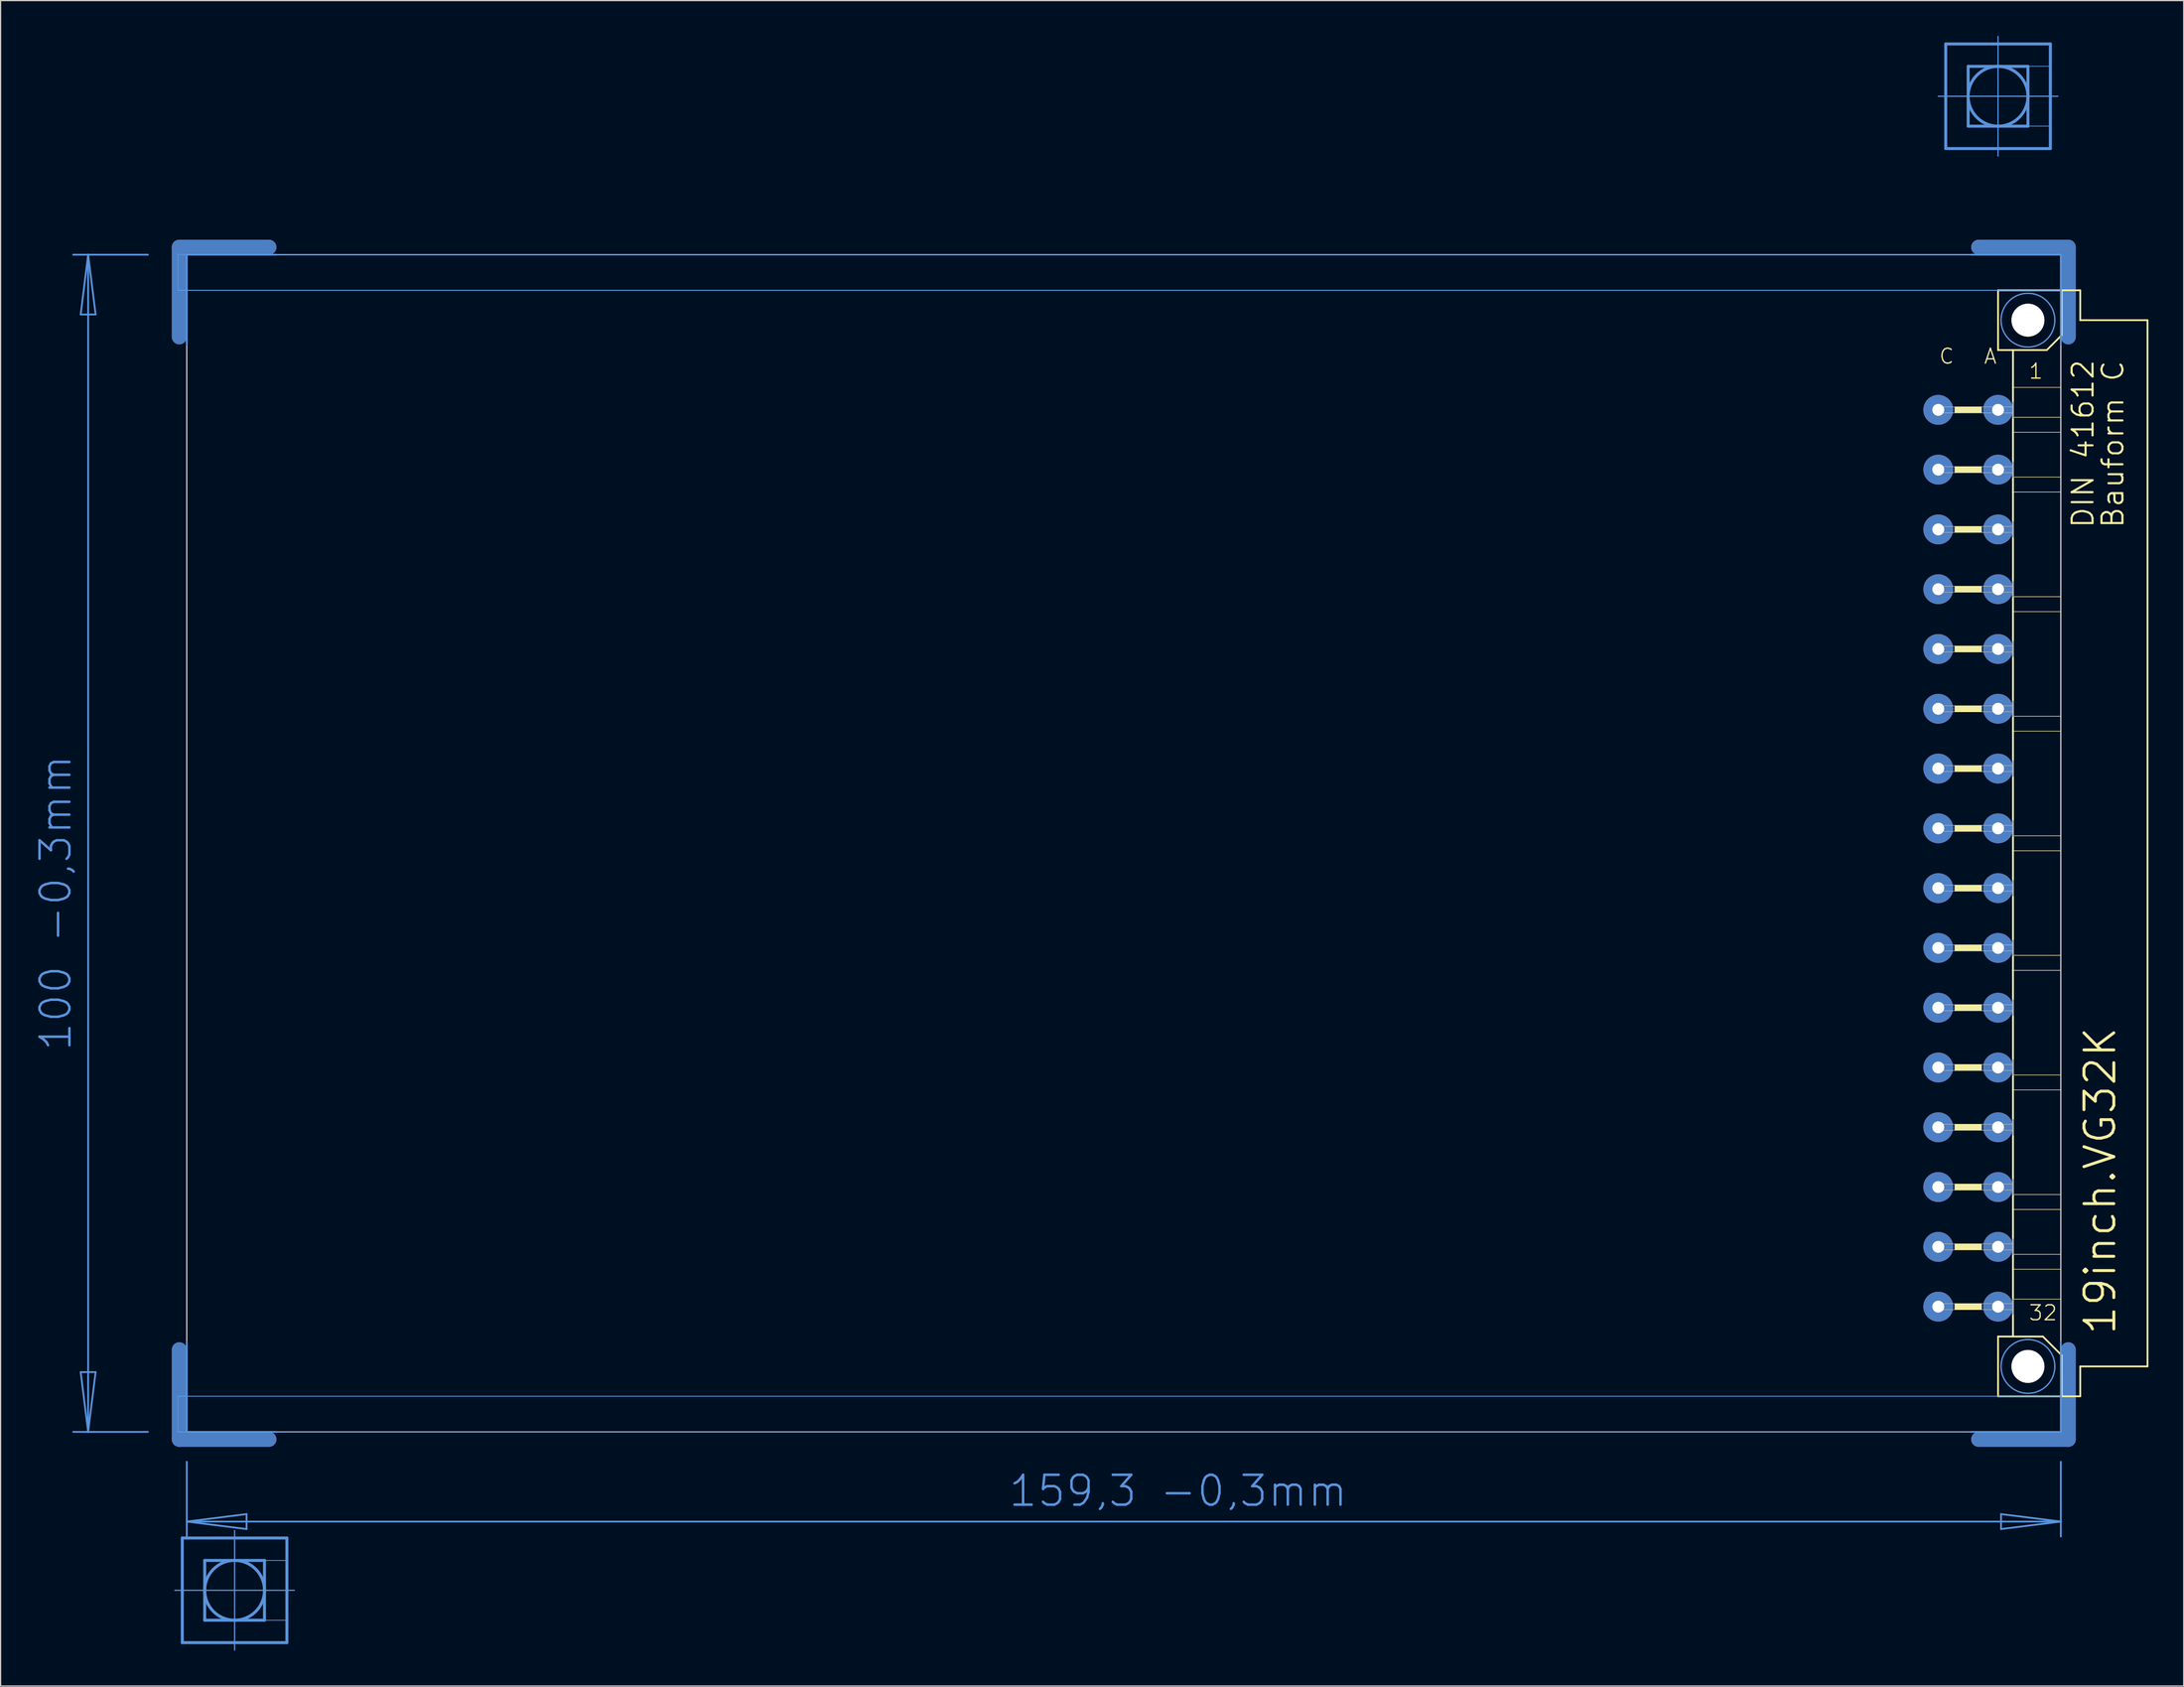
<source format=kicad_pcb>
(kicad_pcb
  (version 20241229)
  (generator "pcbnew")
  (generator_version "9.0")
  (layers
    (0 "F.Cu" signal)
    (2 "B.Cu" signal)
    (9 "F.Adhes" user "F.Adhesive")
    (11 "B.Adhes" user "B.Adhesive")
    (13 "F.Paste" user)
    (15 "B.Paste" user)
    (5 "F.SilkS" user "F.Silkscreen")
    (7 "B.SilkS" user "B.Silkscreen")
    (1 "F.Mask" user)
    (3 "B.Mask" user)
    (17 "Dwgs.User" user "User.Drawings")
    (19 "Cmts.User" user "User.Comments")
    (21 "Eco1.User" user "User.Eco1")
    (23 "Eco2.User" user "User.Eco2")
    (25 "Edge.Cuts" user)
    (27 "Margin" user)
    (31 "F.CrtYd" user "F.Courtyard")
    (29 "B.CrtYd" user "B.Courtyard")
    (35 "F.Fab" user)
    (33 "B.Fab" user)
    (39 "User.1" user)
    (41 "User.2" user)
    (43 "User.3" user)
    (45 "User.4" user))
  (footprint "19inch.VG32K"
    (layer "F.Cu")
    (at 11.806 68.605)
    (property "Reference" "19inch.VG32K" (at 165.1 41.91 90) (layer "F.SilkS") (effects (font (size 2.54 2.54) (thickness 0.25)) (justify left bottom)))
    (attr through_hole)
    (fp_line (start 0.381 -43.028) (end 0.381 -50.648) (stroke (width 1.27) (type default)) (layer "F.Cu"))
    (fp_line (start 0.381 43.028) (end 0.381 50.648) (stroke (width 1.27) (type default)) (layer "F.Cu"))
    (fp_line (start 8.001 -50.648) (end 0.381 -50.648) (stroke (width 1.27) (type default)) (layer "F.Cu"))
    (fp_line (start 8.001 50.648) (end 0.381 50.648) (stroke (width 1.27) (type default)) (layer "F.Cu"))
    (fp_line (start 153.289 -50.648) (end 160.909 -50.648) (stroke (width 1.27) (type default)) (layer "F.Cu"))
    (fp_line (start 153.289 50.648) (end 160.909 50.648) (stroke (width 1.27) (type default)) (layer "F.Cu"))
    (fp_line (start 160.909 -43.028) (end 160.909 -50.648) (stroke (width 1.27) (type default)) (layer "F.Cu"))
    (fp_line (start 160.909 43.028) (end 160.909 50.648) (stroke (width 1.27) (type default)) (layer "F.Cu"))
    (fp_line (start 1.016 -42.393) (end 1.016 -50.013) (stroke (width 0.152) (type default)) (layer "F.Mask"))
    (fp_line (start 1.016 42.393) (end 1.016 50.013) (stroke (width 0.152) (type default)) (layer "F.Mask"))
    (fp_line (start 8.636 -50.013) (end 1.016 -50.013) (stroke (width 0.152) (type default)) (layer "F.Mask"))
    (fp_line (start 8.636 50.013) (end 1.016 50.013) (stroke (width 0.152) (type default)) (layer "F.Mask"))
    (fp_line (start 152.654 -50.013) (end 160.274 -50.013) (stroke (width 0.152) (type default)) (layer "F.Mask"))
    (fp_line (start 152.654 50.013) (end 160.274 50.013) (stroke (width 0.152) (type default)) (layer "F.Mask"))
    (fp_line (start 160.274 -42.393) (end 160.274 -50.013) (stroke (width 0.152) (type default)) (layer "F.Mask"))
    (fp_line (start 160.274 42.393) (end 160.274 50.013) (stroke (width 0.152) (type default)) (layer "F.Mask"))
    (fp_line (start 0.381 -43.028) (end 0.381 -50.648) (stroke (width 1.27) (type default)) (layer "B.Cu"))
    (fp_line (start 0.381 43.028) (end 0.381 50.648) (stroke (width 1.27) (type default)) (layer "B.Cu"))
    (fp_line (start 8.001 -50.648) (end 0.381 -50.648) (stroke (width 1.27) (type default)) (layer "B.Cu"))
    (fp_line (start 8.001 50.648) (end 0.381 50.648) (stroke (width 1.27) (type default)) (layer "B.Cu"))
    (fp_line (start 153.289 -50.648) (end 160.909 -50.648) (stroke (width 1.27) (type default)) (layer "B.Cu"))
    (fp_line (start 153.289 50.648) (end 160.909 50.648) (stroke (width 1.27) (type default)) (layer "B.Cu"))
    (fp_line (start 160.909 -43.028) (end 160.909 -50.648) (stroke (width 1.27) (type default)) (layer "B.Cu"))
    (fp_line (start 160.909 43.028) (end 160.909 50.648) (stroke (width 1.27) (type default)) (layer "B.Cu"))
    (fp_line (start 1.016 -50.013) (end 8.636 -50.013) (stroke (width 0.152) (type default)) (layer "B.Mask"))
    (fp_line (start 1.016 -42.393) (end 1.016 -50.013) (stroke (width 0.152) (type default)) (layer "B.Mask"))
    (fp_line (start 1.016 50.013) (end 1.016 42.393) (stroke (width 0.152) (type default)) (layer "B.Mask"))
    (fp_line (start 8.636 50.013) (end 1.016 50.013) (stroke (width 0.152) (type default)) (layer "B.Mask"))
    (fp_line (start 152.654 -50.013) (end 160.274 -50.013) (stroke (width 0.152) (type default)) (layer "B.Mask"))
    (fp_line (start 160.274 -50.013) (end 160.274 -42.393) (stroke (width 0.152) (type default)) (layer "B.Mask"))
    (fp_line (start 160.274 42.393) (end 160.274 50.013) (stroke (width 0.152) (type default)) (layer "B.Mask"))
    (fp_line (start 160.274 50.013) (end 152.654 50.013) (stroke (width 0.152) (type default)) (layer "B.Mask"))
    (fp_line (start 154.94 -46.99) (end 154.94 -41.91) (stroke (width 0.152) (type default)) (layer "F.SilkS"))
    (fp_line (start 154.94 -41.91) (end 156.21 -41.91) (stroke (width 0.152) (type default)) (layer "F.SilkS"))
    (fp_line (start 154.94 41.91) (end 154.94 46.99) (stroke (width 0.152) (type default)) (layer "F.SilkS"))
    (fp_line (start 154.94 41.91) (end 156.21 41.91) (stroke (width 0.152) (type default)) (layer "F.SilkS"))
    (fp_line (start 154.94 46.99) (end 160.35 46.99) (stroke (width 0.152) (type default)) (layer "F.SilkS"))
    (fp_line (start 156.21 -41.91) (end 156.21 -38.735) (stroke (width 0.152) (type default)) (layer "F.SilkS"))
    (fp_line (start 156.21 -41.91) (end 159.08 -41.91) (stroke (width 0.152) (type default)) (layer "F.SilkS"))
    (fp_line (start 156.21 -38.735) (end 156.21 -37.465) (stroke (width 0.152) (type default)) (layer "F.SilkS"))
    (fp_line (start 156.21 -36.195) (end 156.21 -34.925) (stroke (width 0.152) (type default)) (layer "F.SilkS"))
    (fp_line (start 156.21 -32.385) (end 156.21 -34.925) (stroke (width 0.152) (type default)) (layer "F.SilkS"))
    (fp_line (start 156.21 -31.115) (end 156.21 -29.845) (stroke (width 0.152) (type default)) (layer "F.SilkS"))
    (fp_line (start 156.21 -27.305) (end 156.21 -29.845) (stroke (width 0.152) (type default)) (layer "F.SilkS"))
    (fp_line (start 156.21 -22.225) (end 156.21 -26.035) (stroke (width 0.152) (type default)) (layer "F.SilkS"))
    (fp_line (start 156.21 -20.955) (end 156.21 -19.685) (stroke (width 0.152) (type default)) (layer "F.SilkS"))
    (fp_line (start 156.21 -17.145) (end 156.21 -19.685) (stroke (width 0.152) (type default)) (layer "F.SilkS"))
    (fp_line (start 156.21 -12.065) (end 156.21 -15.875) (stroke (width 0.152) (type default)) (layer "F.SilkS"))
    (fp_line (start 156.21 -10.795) (end 156.21 -9.525) (stroke (width 0.152) (type default)) (layer "F.SilkS"))
    (fp_line (start 156.21 -6.985) (end 156.21 -9.525) (stroke (width 0.152) (type default)) (layer "F.SilkS"))
    (fp_line (start 156.21 -1.905) (end 156.21 -5.715) (stroke (width 0.152) (type default)) (layer "F.SilkS"))
    (fp_line (start 156.21 -0.635) (end 156.21 0.635) (stroke (width 0.152) (type default)) (layer "F.SilkS"))
    (fp_line (start 156.21 3.175) (end 156.21 0.635) (stroke (width 0.152) (type default)) (layer "F.SilkS"))
    (fp_line (start 156.21 8.255) (end 156.21 4.445) (stroke (width 0.152) (type default)) (layer "F.SilkS"))
    (fp_line (start 156.21 9.525) (end 156.21 10.795) (stroke (width 0.152) (type default)) (layer "F.SilkS"))
    (fp_line (start 156.21 13.335) (end 156.21 10.795) (stroke (width 0.152) (type default)) (layer "F.SilkS"))
    (fp_line (start 156.21 18.415) (end 156.21 14.605) (stroke (width 0.152) (type default)) (layer "F.SilkS"))
    (fp_line (start 156.21 19.685) (end 156.21 20.955) (stroke (width 0.152) (type default)) (layer "F.SilkS"))
    (fp_line (start 156.21 23.495) (end 156.21 20.955) (stroke (width 0.152) (type default)) (layer "F.SilkS"))
    (fp_line (start 156.21 28.575) (end 156.21 24.765) (stroke (width 0.152) (type default)) (layer "F.SilkS"))
    (fp_line (start 156.21 29.845) (end 156.21 31.115) (stroke (width 0.152) (type default)) (layer "F.SilkS"))
    (fp_line (start 156.21 33.655) (end 156.21 31.115) (stroke (width 0.152) (type default)) (layer "F.SilkS"))
    (fp_line (start 156.21 34.925) (end 156.21 36.195) (stroke (width 0.152) (type default)) (layer "F.SilkS"))
    (fp_line (start 156.21 36.195) (end 156.21 38.735) (stroke (width 0.152) (type default)) (layer "F.SilkS"))
    (fp_line (start 156.21 40.005) (end 156.21 41.91) (stroke (width 0.152) (type default)) (layer "F.SilkS"))
    (fp_line (start 156.21 41.91) (end 158.75 41.91) (stroke (width 0.152) (type default)) (layer "F.SilkS"))
    (fp_line (start 159.08 -41.91) (end 160.35 -43.18) (stroke (width 0.152) (type default)) (layer "F.SilkS"))
    (fp_line (start 160.274 -38.735) (end 156.21 -38.735) (stroke (width 0.051) (type default)) (layer "F.SilkS"))
    (fp_line (start 160.274 -38.735) (end 160.274 -36.195) (stroke (width 0.051) (type default)) (layer "F.SilkS"))
    (fp_line (start 160.274 -36.195) (end 156.21 -36.195) (stroke (width 0.051) (type default)) (layer "F.SilkS"))
    (fp_line (start 160.274 -34.925) (end 156.21 -34.925) (stroke (width 0.051) (type default)) (layer "F.SilkS"))
    (fp_line (start 160.274 -34.925) (end 160.274 -31.115) (stroke (width 0.051) (type default)) (layer "F.SilkS"))
    (fp_line (start 160.274 -31.115) (end 156.21 -31.115) (stroke (width 0.051) (type default)) (layer "F.SilkS"))
    (fp_line (start 160.274 -29.845) (end 156.21 -29.845) (stroke (width 0.051) (type default)) (layer "F.SilkS"))
    (fp_line (start 160.274 -29.845) (end 160.274 -20.955) (stroke (width 0.051) (type default)) (layer "F.SilkS"))
    (fp_line (start 160.274 -20.955) (end 156.21 -20.955) (stroke (width 0.051) (type default)) (layer "F.SilkS"))
    (fp_line (start 160.274 -19.685) (end 156.21 -19.685) (stroke (width 0.051) (type default)) (layer "F.SilkS"))
    (fp_line (start 160.274 -19.685) (end 160.274 -10.795) (stroke (width 0.051) (type default)) (layer "F.SilkS"))
    (fp_line (start 160.274 -10.795) (end 156.21 -10.795) (stroke (width 0.051) (type default)) (layer "F.SilkS"))
    (fp_line (start 160.274 -9.525) (end 156.21 -9.525) (stroke (width 0.051) (type default)) (layer "F.SilkS"))
    (fp_line (start 160.274 -9.525) (end 160.274 -0.635) (stroke (width 0.051) (type default)) (layer "F.SilkS"))
    (fp_line (start 160.274 -0.635) (end 156.21 -0.635) (stroke (width 0.051) (type default)) (layer "F.SilkS"))
    (fp_line (start 160.274 0.635) (end 156.21 0.635) (stroke (width 0.051) (type default)) (layer "F.SilkS"))
    (fp_line (start 160.274 0.635) (end 160.274 9.525) (stroke (width 0.051) (type default)) (layer "F.SilkS"))
    (fp_line (start 160.274 9.525) (end 156.21 9.525) (stroke (width 0.051) (type default)) (layer "F.SilkS"))
    (fp_line (start 160.274 10.795) (end 156.21 10.795) (stroke (width 0.051) (type default)) (layer "F.SilkS"))
    (fp_line (start 160.274 10.795) (end 160.274 19.685) (stroke (width 0.051) (type default)) (layer "F.SilkS"))
    (fp_line (start 160.274 19.685) (end 156.21 19.685) (stroke (width 0.051) (type default)) (layer "F.SilkS"))
    (fp_line (start 160.274 20.955) (end 156.21 20.955) (stroke (width 0.051) (type default)) (layer "F.SilkS"))
    (fp_line (start 160.274 20.955) (end 160.274 29.845) (stroke (width 0.051) (type default)) (layer "F.SilkS"))
    (fp_line (start 160.274 29.845) (end 156.21 29.845) (stroke (width 0.051) (type default)) (layer "F.SilkS"))
    (fp_line (start 160.274 31.115) (end 156.21 31.115) (stroke (width 0.051) (type default)) (layer "F.SilkS"))
    (fp_line (start 160.274 31.115) (end 160.274 34.925) (stroke (width 0.051) (type default)) (layer "F.SilkS"))
    (fp_line (start 160.274 34.925) (end 156.21 34.925) (stroke (width 0.051) (type default)) (layer "F.SilkS"))
    (fp_line (start 160.274 36.195) (end 156.21 36.195) (stroke (width 0.051) (type default)) (layer "F.SilkS"))
    (fp_line (start 160.274 36.195) (end 160.274 38.735) (stroke (width 0.051) (type default)) (layer "F.SilkS"))
    (fp_line (start 160.274 38.735) (end 156.21 38.735) (stroke (width 0.051) (type default)) (layer "F.SilkS"))
    (fp_line (start 160.35 -46.99) (end 154.94 -46.99) (stroke (width 0.152) (type default)) (layer "F.SilkS"))
    (fp_line (start 160.35 -43.18) (end 160.35 -46.99) (stroke (width 0.152) (type default)) (layer "F.SilkS"))
    (fp_line (start 160.35 43.51) (end 158.75 41.91) (stroke (width 0.152) (type default)) (layer "F.SilkS"))
    (fp_line (start 160.35 43.51) (end 160.35 46.99) (stroke (width 0.152) (type default)) (layer "F.SilkS"))
    (fp_line (start 160.35 46.99) (end 161.925 46.99) (stroke (width 0.152) (type default)) (layer "F.SilkS"))
    (fp_line (start 161.925 -46.99) (end 160.35 -46.99) (stroke (width 0.152) (type default)) (layer "F.SilkS"))
    (fp_line (start 161.925 -44.45) (end 161.925 -46.99) (stroke (width 0.152) (type default)) (layer "F.SilkS"))
    (fp_line (start 161.925 44.45) (end 167.64 44.45) (stroke (width 0.152) (type default)) (layer "F.SilkS"))
    (fp_line (start 161.925 46.99) (end 161.925 44.45) (stroke (width 0.152) (type default)) (layer "F.SilkS"))
    (fp_line (start 167.64 -44.45) (end 161.925 -44.45) (stroke (width 0.152) (type default)) (layer "F.SilkS"))
    (fp_line (start 167.64 44.45) (end 167.64 -44.45) (stroke (width 0.152) (type default)) (layer "F.SilkS"))
    (fp_rect (start 151.257 -36.576) (end 153.543 -37.084) (stroke (width 0.05) (type default)) (fill yes) (layer "F.SilkS"))
    (fp_rect (start 151.257 -31.496) (end 153.543 -32.004) (stroke (width 0.05) (type default)) (fill yes) (layer "F.SilkS"))
    (fp_rect (start 151.257 -26.416) (end 153.543 -26.924) (stroke (width 0.05) (type default)) (fill yes) (layer "F.SilkS"))
    (fp_rect (start 151.257 -21.336) (end 153.543 -21.844) (stroke (width 0.05) (type default)) (fill yes) (layer "F.SilkS"))
    (fp_rect (start 151.257 -16.256) (end 153.543 -16.764) (stroke (width 0.05) (type default)) (fill yes) (layer "F.SilkS"))
    (fp_rect (start 151.257 -11.176) (end 153.543 -11.684) (stroke (width 0.05) (type default)) (fill yes) (layer "F.SilkS"))
    (fp_rect (start 151.257 -6.096) (end 153.543 -6.604) (stroke (width 0.05) (type default)) (fill yes) (layer "F.SilkS"))
    (fp_rect (start 151.257 -1.016) (end 153.543 -1.524) (stroke (width 0.05) (type default)) (fill yes) (layer "F.SilkS"))
    (fp_rect (start 151.257 4.064) (end 153.543 3.556) (stroke (width 0.05) (type default)) (fill yes) (layer "F.SilkS"))
    (fp_rect (start 151.257 9.144) (end 153.543 8.636) (stroke (width 0.05) (type default)) (fill yes) (layer "F.SilkS"))
    (fp_rect (start 151.257 14.224) (end 153.543 13.716) (stroke (width 0.05) (type default)) (fill yes) (layer "F.SilkS"))
    (fp_rect (start 151.257 19.304) (end 153.543 18.796) (stroke (width 0.05) (type default)) (fill yes) (layer "F.SilkS"))
    (fp_rect (start 151.257 24.384) (end 153.543 23.876) (stroke (width 0.05) (type default)) (fill yes) (layer "F.SilkS"))
    (fp_rect (start 151.257 29.464) (end 153.543 28.956) (stroke (width 0.05) (type default)) (fill yes) (layer "F.SilkS"))
    (fp_rect (start 151.257 34.544) (end 153.543 34.036) (stroke (width 0.05) (type default)) (fill yes) (layer "F.SilkS"))
    (fp_rect (start 151.257 39.624) (end 153.543 39.116) (stroke (width 0.05) (type default)) (fill yes) (layer "F.SilkS"))
    (fp_circle (center 157.48 -44.45) (end 158.75 -44.45) (stroke (width 0.152) (type default)) (fill no) (layer "F.SilkS"))
    (fp_circle (center 157.48 44.45) (end 158.75 44.45) (stroke (width 0.152) (type default)) (fill no) (layer "F.SilkS"))
    (fp_line (start -8.636 -50.013) (end -7.366 -50.013) (stroke (width 0.152) (type default)) (layer "Cmts.User"))
    (fp_line (start -8.636 50.013) (end -7.366 50.013) (stroke (width 0.152) (type default)) (layer "Cmts.User"))
    (fp_line (start -8.001 -44.933) (end -7.366 -50.013) (stroke (width 0.152) (type default)) (layer "Cmts.User"))
    (fp_line (start -8.001 44.933) (end -6.731 44.933) (stroke (width 0.152) (type default)) (layer "Cmts.User"))
    (fp_line (start -7.366 -50.013) (end -6.731 -44.933) (stroke (width 0.152) (type default)) (layer "Cmts.User"))
    (fp_line (start -7.366 -50.013) (end -2.286 -50.013) (stroke (width 0.152) (type default)) (layer "Cmts.User"))
    (fp_line (start -7.366 50.013) (end -8.001 44.933) (stroke (width 0.152) (type default)) (layer "Cmts.User"))
    (fp_line (start -7.366 50.013) (end -7.366 -50.013) (stroke (width 0.152) (type default)) (layer "Cmts.User"))
    (fp_line (start -7.366 50.013) (end -2.286 50.013) (stroke (width 0.152) (type default)) (layer "Cmts.User"))
    (fp_line (start -6.731 -44.933) (end -8.001 -44.933) (stroke (width 0.152) (type default)) (layer "Cmts.User"))
    (fp_line (start -6.731 44.933) (end -7.366 50.013) (stroke (width 0.152) (type default)) (layer "Cmts.User"))
    (fp_line (start 0 63.475) (end 0.635 63.475) (stroke (width 0.102) (type default)) (layer "Cmts.User"))
    (fp_line (start 0.635 59.03) (end 9.525 59.03) (stroke (width 0.254) (type default)) (layer "Cmts.User"))
    (fp_line (start 0.635 63.475) (end 0.635 59.03) (stroke (width 0.254) (type default)) (layer "Cmts.User"))
    (fp_line (start 0.635 63.475) (end 10.16 63.475) (stroke (width 0.102) (type default)) (layer "Cmts.User"))
    (fp_line (start 0.635 67.92) (end 0.635 63.475) (stroke (width 0.254) (type default)) (layer "Cmts.User"))
    (fp_line (start 1.016 -50.013) (end 8.636 -50.013) (stroke (width 0.152) (type default)) (layer "Cmts.User"))
    (fp_line (start 1.016 -42.393) (end 1.016 -50.013) (stroke (width 0.152) (type default)) (layer "Cmts.User"))
    (fp_line (start 1.016 50.013) (end 1.016 42.393) (stroke (width 0.152) (type default)) (layer "Cmts.User"))
    (fp_line (start 1.016 57.633) (end 1.016 52.553) (stroke (width 0.152) (type default)) (layer "Cmts.User"))
    (fp_line (start 1.016 57.633) (end 6.096 56.998) (stroke (width 0.152) (type default)) (layer "Cmts.User"))
    (fp_line (start 1.016 57.633) (end 160.274 57.633) (stroke (width 0.152) (type default)) (layer "Cmts.User"))
    (fp_line (start 1.016 58.903) (end 1.016 57.633) (stroke (width 0.152) (type default)) (layer "Cmts.User"))
    (fp_line (start 2.54 60.935) (end 2.54 66.015) (stroke (width 0.254) (type default)) (layer "Cmts.User"))
    (fp_line (start 2.54 66.015) (end 7.62 66.015) (stroke (width 0.254) (type default)) (layer "Cmts.User"))
    (fp_line (start 5.08 68.555) (end 5.08 58.395) (stroke (width 0.102) (type default)) (layer "Cmts.User"))
    (fp_line (start 6.096 56.998) (end 6.096 58.268) (stroke (width 0.152) (type default)) (layer "Cmts.User"))
    (fp_line (start 6.096 58.268) (end 1.016 57.633) (stroke (width 0.152) (type default)) (layer "Cmts.User"))
    (fp_line (start 7.62 60.935) (end 2.54 60.935) (stroke (width 0.254) (type default)) (layer "Cmts.User"))
    (fp_line (start 7.62 66.015) (end 7.62 60.935) (stroke (width 0.254) (type default)) (layer "Cmts.User"))
    (fp_line (start 8.636 50.013) (end 1.016 50.013) (stroke (width 0.152) (type default)) (layer "Cmts.User"))
    (fp_line (start 9.525 59.03) (end 9.525 67.92) (stroke (width 0.254) (type default)) (layer "Cmts.User"))
    (fp_line (start 9.525 67.92) (end 0.635 67.92) (stroke (width 0.254) (type default)) (layer "Cmts.User"))
    (fp_line (start 149.86 -63.475) (end 150.495 -63.475) (stroke (width 0.102) (type default)) (layer "Cmts.User"))
    (fp_line (start 150.495 -67.92) (end 159.385 -67.92) (stroke (width 0.254) (type default)) (layer "Cmts.User"))
    (fp_line (start 150.495 -63.475) (end 150.495 -67.92) (stroke (width 0.254) (type default)) (layer "Cmts.User"))
    (fp_line (start 150.495 -63.475) (end 160.02 -63.475) (stroke (width 0.102) (type default)) (layer "Cmts.User"))
    (fp_line (start 150.495 -59.03) (end 150.495 -63.475) (stroke (width 0.254) (type default)) (layer "Cmts.User"))
    (fp_line (start 152.4 -66.015) (end 152.4 -60.935) (stroke (width 0.254) (type default)) (layer "Cmts.User"))
    (fp_line (start 152.4 -60.935) (end 157.48 -60.935) (stroke (width 0.254) (type default)) (layer "Cmts.User"))
    (fp_line (start 152.654 -50.013) (end 160.274 -50.013) (stroke (width 0.152) (type default)) (layer "Cmts.User"))
    (fp_line (start 154.94 -58.395) (end 154.94 -68.555) (stroke (width 0.102) (type default)) (layer "Cmts.User"))
    (fp_line (start 155.194 56.998) (end 160.274 57.633) (stroke (width 0.152) (type default)) (layer "Cmts.User"))
    (fp_line (start 155.194 58.268) (end 155.194 56.998) (stroke (width 0.152) (type default)) (layer "Cmts.User"))
    (fp_line (start 157.48 -66.015) (end 152.4 -66.015) (stroke (width 0.254) (type default)) (layer "Cmts.User"))
    (fp_line (start 157.48 -60.935) (end 157.48 -66.015) (stroke (width 0.254) (type default)) (layer "Cmts.User"))
    (fp_line (start 159.385 -67.92) (end 159.385 -59.03) (stroke (width 0.254) (type default)) (layer "Cmts.User"))
    (fp_line (start 159.385 -59.03) (end 150.495 -59.03) (stroke (width 0.254) (type default)) (layer "Cmts.User"))
    (fp_line (start 160.274 -50.013) (end 160.274 -42.393) (stroke (width 0.152) (type default)) (layer "Cmts.User"))
    (fp_line (start 160.274 42.393) (end 160.274 50.013) (stroke (width 0.152) (type default)) (layer "Cmts.User"))
    (fp_line (start 160.274 50.013) (end 152.654 50.013) (stroke (width 0.152) (type default)) (layer "Cmts.User"))
    (fp_line (start 160.274 57.633) (end 155.194 58.268) (stroke (width 0.152) (type default)) (layer "Cmts.User"))
    (fp_line (start 160.274 57.633) (end 160.274 52.553) (stroke (width 0.152) (type default)) (layer "Cmts.User"))
    (fp_line (start 160.274 58.903) (end 160.274 57.633) (stroke (width 0.152) (type default)) (layer "Cmts.User"))
    (fp_rect (start 0.254 -46.99) (end 160.274 -50.013) (stroke (width 0.05) (type default)) (fill no) (layer "Cmts.User"))
    (fp_rect (start 0.254 50.013) (end 160.274 46.99) (stroke (width 0.05) (type default)) (fill no) (layer "Cmts.User"))
    (fp_rect (start 5.08 60.935) (end 9.525 59.03) (stroke (width 0.05) (type default)) (fill no) (layer "Cmts.User"))
    (fp_rect (start 5.08 67.92) (end 9.525 66.015) (stroke (width 0.05) (type default)) (fill no) (layer "Cmts.User"))
    (fp_rect (start 7.62 66.015) (end 9.525 60.935) (stroke (width 0.05) (type default)) (fill no) (layer "Cmts.User"))
    (fp_rect (start 154.94 -66.015) (end 159.385 -67.92) (stroke (width 0.05) (type default)) (fill no) (layer "Cmts.User"))
    (fp_rect (start 154.94 -59.03) (end 159.385 -60.935) (stroke (width 0.05) (type default)) (fill no) (layer "Cmts.User"))
    (fp_rect (start 157.48 -60.935) (end 159.385 -66.015) (stroke (width 0.05) (type default)) (fill no) (layer "Cmts.User"))
    (fp_circle (center 5.08 63.475) (end 7.62 63.475) (stroke (width 0.254) (type default)) (fill no) (layer "Cmts.User"))
    (fp_circle (center 154.94 -63.475) (end 157.48 -63.475) (stroke (width 0.254) (type default)) (fill no) (layer "Cmts.User"))
    (fp_circle (center 157.48 -44.45) (end 159.766 -44.45) (stroke (width 0.1) (type default)) (fill no) (layer "Cmts.User"))
    (fp_circle (center 157.48 -44.45) (end 159.766 -44.45) (stroke (width 0.1) (type default)) (fill no) (layer "Cmts.User"))
    (fp_circle (center 157.48 44.45) (end 159.766 44.45) (stroke (width 0.1) (type default)) (fill no) (layer "Cmts.User"))
    (fp_circle (center 157.48 44.45) (end 159.766 44.45) (stroke (width 0.1) (type default)) (fill no) (layer "Cmts.User"))
    (fp_line (start 1.016 -50.013) (end 1.016 50.013) (stroke (width 0.1) (type default)) (layer "Edge.Cuts"))
    (fp_line (start 1.016 50.013) (end 160.274 50.013) (stroke (width 0.1) (type default)) (layer "Edge.Cuts"))
    (fp_line (start 160.274 -50.013) (end 1.016 -50.013) (stroke (width 0.1) (type default)) (layer "Edge.Cuts"))
    (fp_line (start 160.274 50.013) (end 160.274 -50.013) (stroke (width 0.1) (type default)) (layer "Edge.Cuts"))
    (fp_line (start 160.274 -50.013) (end 160.274 -46.99) (stroke (width 0.051) (type default)) (layer "B.CrtYd"))
    (fp_line (start 160.274 50.013) (end 160.274 46.99) (stroke (width 0.051) (type default)) (layer "B.CrtYd"))
    (fp_rect (start 0.254 -46.99) (end 160.274 -50.013) (stroke (width 0.05) (type default)) (fill no) (layer "B.CrtYd"))
    (fp_rect (start 0.254 50.013) (end 160.274 46.99) (stroke (width 0.05) (type default)) (fill no) (layer "B.CrtYd"))
    (fp_line (start 160.274 -50.013) (end 160.274 -46.99) (stroke (width 0.051) (type default)) (layer "F.CrtYd"))
    (fp_line (start 160.274 50.013) (end 160.274 46.99) (stroke (width 0.051) (type default)) (layer "F.CrtYd"))
    (fp_rect (start 0.254 -46.99) (end 160.274 -50.013) (stroke (width 0.05) (type default)) (fill no) (layer "F.CrtYd"))
    (fp_rect (start 0.254 50.013) (end 160.274 46.99) (stroke (width 0.05) (type default)) (fill no) (layer "F.CrtYd"))
    (fp_line (start 156.21 -36.195) (end 156.21 -37.465) (stroke (width 0.152) (type default)) (layer "F.Fab"))
    (fp_line (start 156.21 -31.115) (end 156.21 -32.385) (stroke (width 0.152) (type default)) (layer "F.Fab"))
    (fp_line (start 156.21 -26.035) (end 156.21 -27.305) (stroke (width 0.152) (type default)) (layer "F.Fab"))
    (fp_line (start 156.21 -20.955) (end 156.21 -22.225) (stroke (width 0.152) (type default)) (layer "F.Fab"))
    (fp_line (start 156.21 -15.875) (end 156.21 -17.145) (stroke (width 0.152) (type default)) (layer "F.Fab"))
    (fp_line (start 156.21 -10.795) (end 156.21 -12.065) (stroke (width 0.152) (type default)) (layer "F.Fab"))
    (fp_line (start 156.21 -5.715) (end 156.21 -6.985) (stroke (width 0.152) (type default)) (layer "F.Fab"))
    (fp_line (start 156.21 -0.635) (end 156.21 -1.905) (stroke (width 0.152) (type default)) (layer "F.Fab"))
    (fp_line (start 156.21 4.445) (end 156.21 3.175) (stroke (width 0.152) (type default)) (layer "F.Fab"))
    (fp_line (start 156.21 9.525) (end 156.21 8.255) (stroke (width 0.152) (type default)) (layer "F.Fab"))
    (fp_line (start 156.21 14.605) (end 156.21 13.335) (stroke (width 0.152) (type default)) (layer "F.Fab"))
    (fp_line (start 156.21 19.685) (end 156.21 18.415) (stroke (width 0.152) (type default)) (layer "F.Fab"))
    (fp_line (start 156.21 24.765) (end 156.21 23.495) (stroke (width 0.152) (type default)) (layer "F.Fab"))
    (fp_line (start 156.21 29.845) (end 156.21 28.575) (stroke (width 0.152) (type default)) (layer "F.Fab"))
    (fp_line (start 156.21 34.925) (end 156.21 33.655) (stroke (width 0.152) (type default)) (layer "F.Fab"))
    (fp_line (start 156.21 40.005) (end 156.21 38.735) (stroke (width 0.152) (type default)) (layer "F.Fab"))
    (fp_rect (start 149.606 -36.576) (end 151.257 -37.084) (stroke (width 0.05) (type default)) (fill no) (layer "F.Fab"))
    (fp_rect (start 149.606 -31.496) (end 151.257 -32.004) (stroke (width 0.05) (type default)) (fill no) (layer "F.Fab"))
    (fp_rect (start 149.606 -26.416) (end 151.257 -26.924) (stroke (width 0.05) (type default)) (fill no) (layer "F.Fab"))
    (fp_rect (start 149.606 -21.336) (end 151.257 -21.844) (stroke (width 0.05) (type default)) (fill no) (layer "F.Fab"))
    (fp_rect (start 149.606 -16.256) (end 151.257 -16.764) (stroke (width 0.05) (type default)) (fill no) (layer "F.Fab"))
    (fp_rect (start 149.606 -11.176) (end 151.257 -11.684) (stroke (width 0.05) (type default)) (fill no) (layer "F.Fab"))
    (fp_rect (start 149.606 -6.096) (end 151.257 -6.604) (stroke (width 0.05) (type default)) (fill no) (layer "F.Fab"))
    (fp_rect (start 149.606 -1.016) (end 151.257 -1.524) (stroke (width 0.05) (type default)) (fill no) (layer "F.Fab"))
    (fp_rect (start 149.606 4.064) (end 151.257 3.556) (stroke (width 0.05) (type default)) (fill no) (layer "F.Fab"))
    (fp_rect (start 149.606 9.144) (end 151.257 8.636) (stroke (width 0.05) (type default)) (fill no) (layer "F.Fab"))
    (fp_rect (start 149.606 14.224) (end 151.257 13.716) (stroke (width 0.05) (type default)) (fill no) (layer "F.Fab"))
    (fp_rect (start 149.606 19.304) (end 151.257 18.796) (stroke (width 0.05) (type default)) (fill no) (layer "F.Fab"))
    (fp_rect (start 149.606 24.384) (end 151.257 23.876) (stroke (width 0.05) (type default)) (fill no) (layer "F.Fab"))
    (fp_rect (start 149.606 29.464) (end 151.257 28.956) (stroke (width 0.05) (type default)) (fill no) (layer "F.Fab"))
    (fp_rect (start 149.606 34.544) (end 151.257 34.036) (stroke (width 0.05) (type default)) (fill no) (layer "F.Fab"))
    (fp_rect (start 149.606 39.624) (end 151.257 39.116) (stroke (width 0.05) (type default)) (fill no) (layer "F.Fab"))
    (fp_rect (start 153.543 -36.576) (end 156.21 -37.084) (stroke (width 0.05) (type default)) (fill no) (layer "F.Fab"))
    (fp_rect (start 153.543 -31.496) (end 156.21 -32.004) (stroke (width 0.05) (type default)) (fill no) (layer "F.Fab"))
    (fp_rect (start 153.543 -26.416) (end 156.21 -26.924) (stroke (width 0.05) (type default)) (fill no) (layer "F.Fab"))
    (fp_rect (start 153.543 -21.336) (end 156.21 -21.844) (stroke (width 0.05) (type default)) (fill no) (layer "F.Fab"))
    (fp_rect (start 153.543 -16.256) (end 156.21 -16.764) (stroke (width 0.05) (type default)) (fill no) (layer "F.Fab"))
    (fp_rect (start 153.543 -11.176) (end 156.21 -11.684) (stroke (width 0.05) (type default)) (fill no) (layer "F.Fab"))
    (fp_rect (start 153.543 -6.096) (end 156.21 -6.604) (stroke (width 0.05) (type default)) (fill no) (layer "F.Fab"))
    (fp_rect (start 153.543 -1.016) (end 156.21 -1.524) (stroke (width 0.05) (type default)) (fill no) (layer "F.Fab"))
    (fp_rect (start 153.543 4.064) (end 156.21 3.556) (stroke (width 0.05) (type default)) (fill no) (layer "F.Fab"))
    (fp_rect (start 153.543 9.144) (end 156.21 8.636) (stroke (width 0.05) (type default)) (fill no) (layer "F.Fab"))
    (fp_rect (start 153.543 14.224) (end 156.21 13.716) (stroke (width 0.05) (type default)) (fill no) (layer "F.Fab"))
    (fp_rect (start 153.543 19.304) (end 156.21 18.796) (stroke (width 0.05) (type default)) (fill no) (layer "F.Fab"))
    (fp_rect (start 153.543 24.384) (end 156.21 23.876) (stroke (width 0.05) (type default)) (fill no) (layer "F.Fab"))
    (fp_rect (start 153.543 29.464) (end 156.21 28.956) (stroke (width 0.05) (type default)) (fill no) (layer "F.Fab"))
    (fp_rect (start 153.543 34.544) (end 156.21 34.036) (stroke (width 0.05) (type default)) (fill no) (layer "F.Fab"))
    (fp_rect (start 153.543 39.624) (end 156.21 39.116) (stroke (width 0.05) (type default)) (fill no) (layer "F.Fab"))
    (fp_text user "Bauform C" (at 165.735 -26.67 90) (layer "F.SilkS") (effects (font (size 1.778 1.778) (thickness 0.18)) (justify left bottom)))
    (fp_text user "1" (at 157.48 -39.37 0) (layer "F.SilkS") (effects (font (size 1.27 1.27) (thickness 0.11)) (justify left bottom)))
    (fp_text user "A" (at 153.67 -40.64 0) (layer "F.SilkS") (effects (font (size 1.27 1.27) (thickness 0.11)) (justify left bottom)))
    (fp_text user "32" (at 157.48 40.64 0) (layer "F.SilkS") (effects (font (size 1.27 1.27) (thickness 0.11)) (justify left bottom)))
    (fp_text user "C" (at 149.86 -40.64 0) (layer "F.SilkS") (effects (font (size 1.27 1.27) (thickness 0.11)) (justify left bottom)))
    (fp_text user "DIN 41612" (at 163.195 -26.67 90) (layer "F.SilkS") (effects (font (size 1.778 1.778) (thickness 0.18)) (justify left bottom)))
    (fp_text user "159,3 -0,3mm" (at 70.739 56.515 0) (layer "Cmts.User") (effects (font (size 2.54 2.54) (thickness 0.21)) (justify left bottom)))
    (fp_text user "100 -0,3mm" (at -8.636 17.78 90) (layer "Cmts.User") (effects (font (size 2.54 2.54) (thickness 0.21)) (justify left bottom)))
    (pad "" np_thru_hole circle (at 157.48 -44.45) (size 2.794 2.794) (drill 2.794) (layers "*.Cu" "*.Mask"))
    (pad "" np_thru_hole circle (at 157.48 -44.45) (size 2.794 2.794) (drill 2.794) (layers "*.Cu" "*.Mask"))
    (pad "" np_thru_hole circle (at 157.48 44.45) (size 2.794 2.794) (drill 2.794) (layers "*.Cu" "*.Mask"))
    (pad "" np_thru_hole circle (at 157.48 44.45) (size 2.794 2.794) (drill 2.794) (layers "*.Cu" "*.Mask"))
    (pad "A2" thru_hole circle (at 154.94 -36.83) (size 2.54 2.54) (drill 1.016) (layers "*.Cu" "*.Mask"))
    (pad "A4" thru_hole circle (at 154.94 -31.75) (size 2.54 2.54) (drill 1.016) (layers "*.Cu" "*.Mask"))
    (pad "A6" thru_hole circle (at 154.94 -26.67) (size 2.54 2.54) (drill 1.016) (layers "*.Cu" "*.Mask"))
    (pad "A8" thru_hole circle (at 154.94 -21.59) (size 2.54 2.54) (drill 1.016) (layers "*.Cu" "*.Mask"))
    (pad "A10" thru_hole circle (at 154.94 -16.51) (size 2.54 2.54) (drill 1.016) (layers "*.Cu" "*.Mask"))
    (pad "A12" thru_hole circle (at 154.94 -11.43) (size 2.54 2.54) (drill 1.016) (layers "*.Cu" "*.Mask"))
    (pad "A14" thru_hole circle (at 154.94 -6.35) (size 2.54 2.54) (drill 1.016) (layers "*.Cu" "*.Mask"))
    (pad "A16" thru_hole circle (at 154.94 -1.27) (size 2.54 2.54) (drill 1.016) (layers "*.Cu" "*.Mask"))
    (pad "A18" thru_hole circle (at 154.94 3.81) (size 2.54 2.54) (drill 1.016) (layers "*.Cu" "*.Mask"))
    (pad "A20" thru_hole circle (at 154.94 8.89) (size 2.54 2.54) (drill 1.016) (layers "*.Cu" "*.Mask"))
    (pad "A22" thru_hole circle (at 154.94 13.97) (size 2.54 2.54) (drill 1.016) (layers "*.Cu" "*.Mask"))
    (pad "A24" thru_hole circle (at 154.94 19.05) (size 2.54 2.54) (drill 1.016) (layers "*.Cu" "*.Mask"))
    (pad "A26" thru_hole circle (at 154.94 24.13) (size 2.54 2.54) (drill 1.016) (layers "*.Cu" "*.Mask"))
    (pad "A28" thru_hole circle (at 154.94 29.21) (size 2.54 2.54) (drill 1.016) (layers "*.Cu" "*.Mask"))
    (pad "A30" thru_hole circle (at 154.94 34.29) (size 2.54 2.54) (drill 1.016) (layers "*.Cu" "*.Mask"))
    (pad "A32" thru_hole circle (at 154.94 39.37) (size 2.54 2.54) (drill 1.016) (layers "*.Cu" "*.Mask"))
    (pad "C2" thru_hole circle (at 149.86 -36.83) (size 2.54 2.54) (drill 1.016) (layers "*.Cu" "*.Mask"))
    (pad "C4" thru_hole circle (at 149.86 -31.75) (size 2.54 2.54) (drill 1.016) (layers "*.Cu" "*.Mask"))
    (pad "C6" thru_hole circle (at 149.86 -26.67) (size 2.54 2.54) (drill 1.016) (layers "*.Cu" "*.Mask"))
    (pad "C8" thru_hole circle (at 149.86 -21.59) (size 2.54 2.54) (drill 1.016) (layers "*.Cu" "*.Mask"))
    (pad "C10" thru_hole circle (at 149.86 -16.51) (size 2.54 2.54) (drill 1.016) (layers "*.Cu" "*.Mask"))
    (pad "C12" thru_hole circle (at 149.86 -11.43) (size 2.54 2.54) (drill 1.016) (layers "*.Cu" "*.Mask"))
    (pad "C14" thru_hole circle (at 149.86 -6.35) (size 2.54 2.54) (drill 1.016) (layers "*.Cu" "*.Mask"))
    (pad "C16" thru_hole circle (at 149.86 -1.27) (size 2.54 2.54) (drill 1.016) (layers "*.Cu" "*.Mask"))
    (pad "C18" thru_hole circle (at 149.86 3.81) (size 2.54 2.54) (drill 1.016) (layers "*.Cu" "*.Mask"))
    (pad "C20" thru_hole circle (at 149.86 8.89) (size 2.54 2.54) (drill 1.016) (layers "*.Cu" "*.Mask"))
    (pad "C22" thru_hole circle (at 149.86 13.97) (size 2.54 2.54) (drill 1.016) (layers "*.Cu" "*.Mask"))
    (pad "C24" thru_hole circle (at 149.86 19.05) (size 2.54 2.54) (drill 1.016) (layers "*.Cu" "*.Mask"))
    (pad "C26" thru_hole circle (at 149.86 24.13) (size 2.54 2.54) (drill 1.016) (layers "*.Cu" "*.Mask"))
    (pad "C28" thru_hole circle (at 149.86 29.21) (size 2.54 2.54) (drill 1.016) (layers "*.Cu" "*.Mask"))
    (pad "C30" thru_hole circle (at 149.86 34.29) (size 2.54 2.54) (drill 1.016) (layers "*.Cu" "*.Mask"))
    (pad "C32" thru_hole circle (at 149.86 39.37) (size 2.54 2.54) (drill 1.016) (layers "*.Cu" "*.Mask")))
  (gr_rect
    (start -3 -3)
    (end 182.522 140.211)
    (stroke (width 0.1) (type default))
    (fill no)
    (layer "Edge.Cuts")))
</source>
